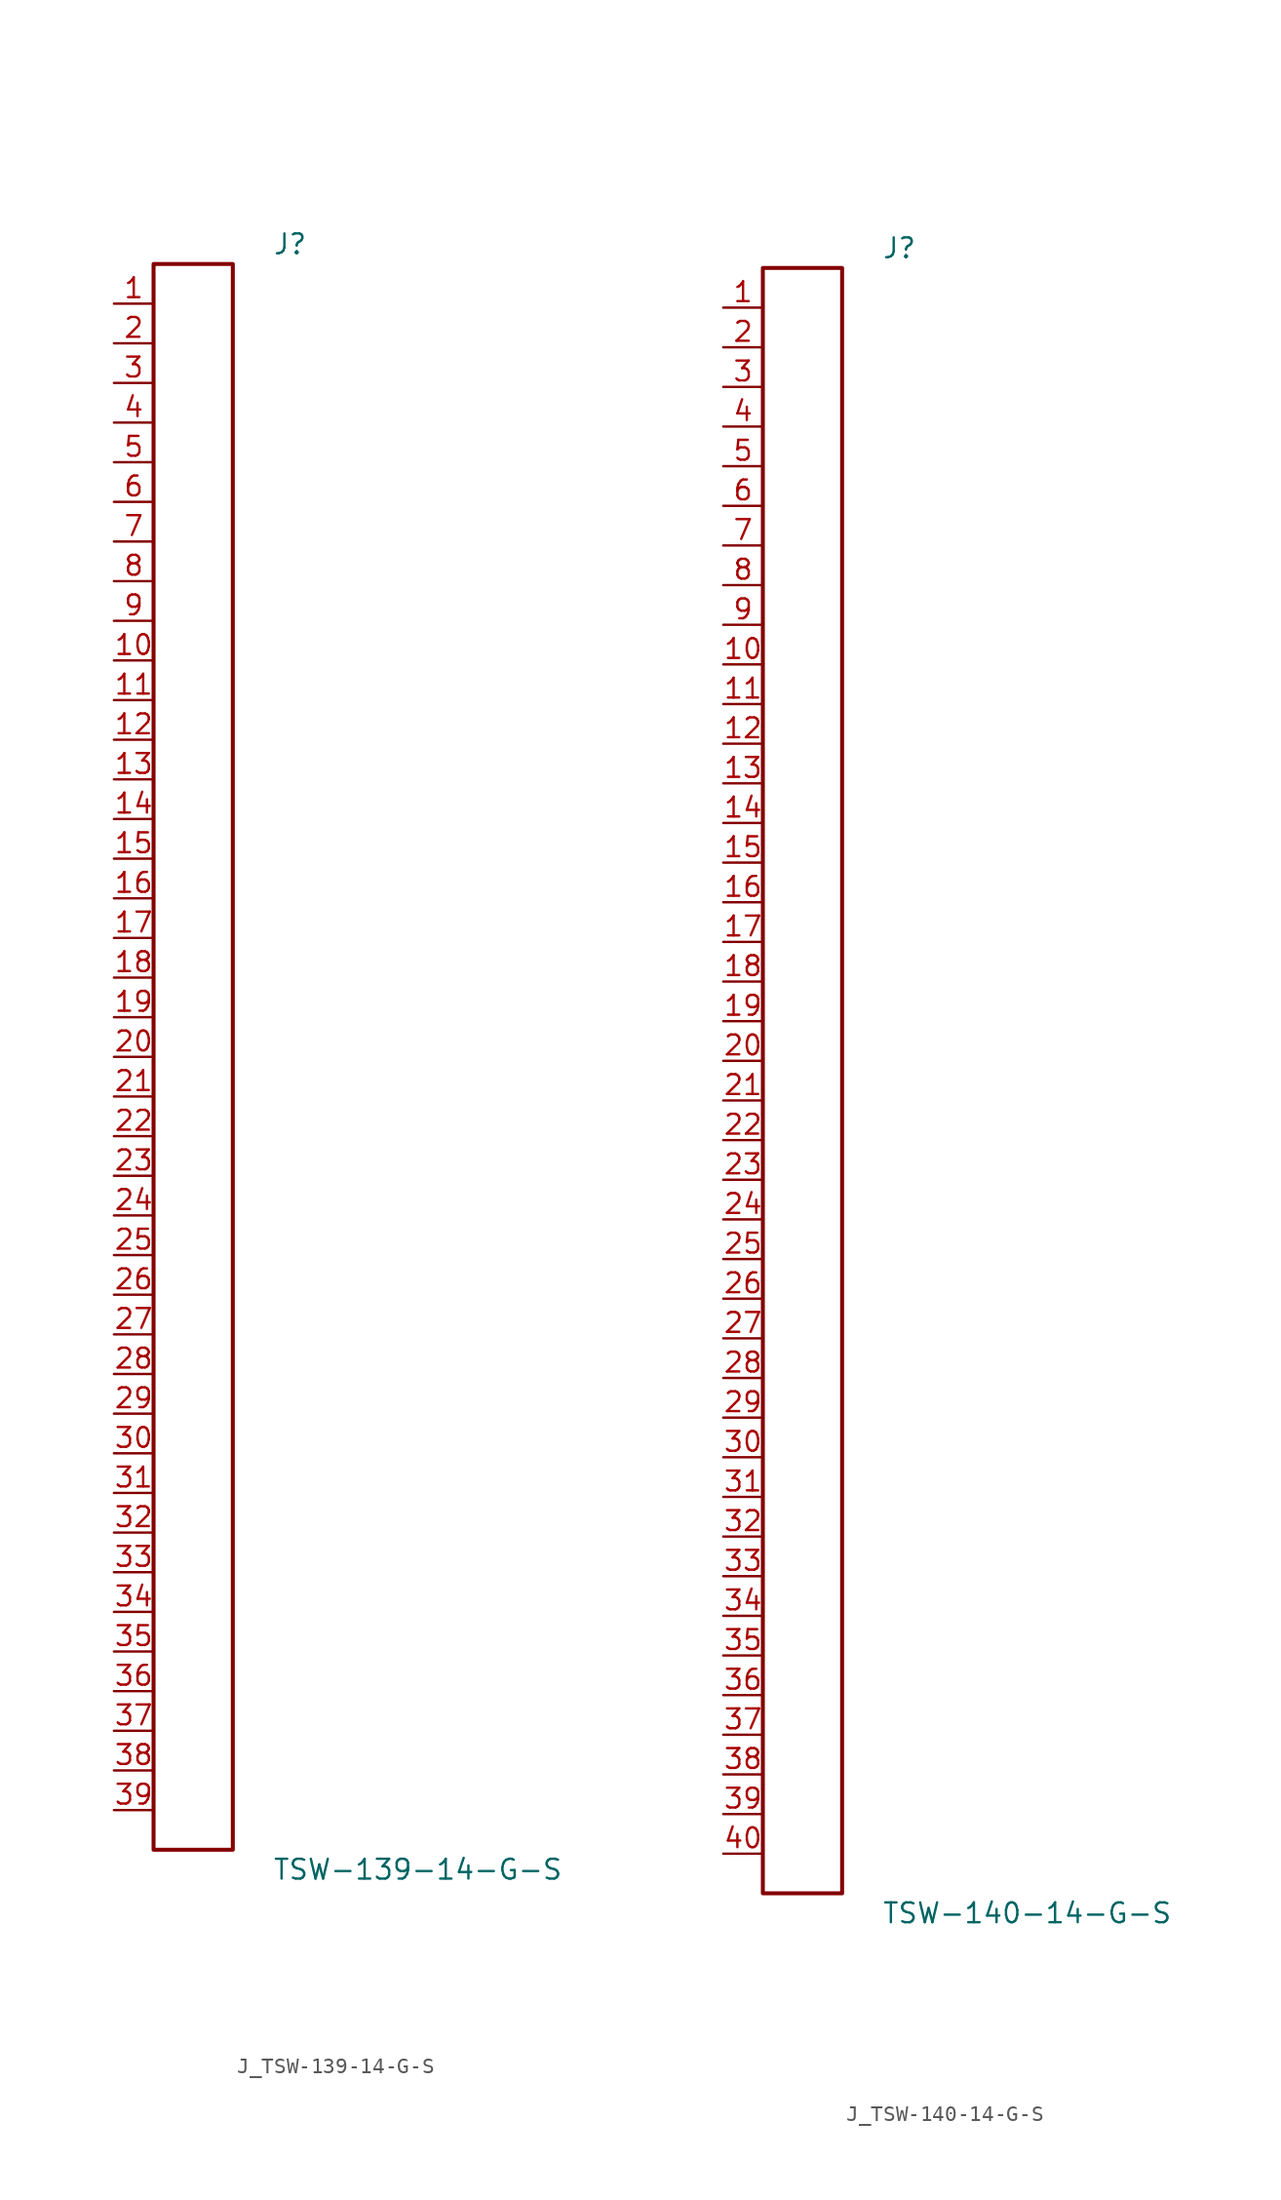
<source format=kicad_sym>
(kicad_symbol_lib
  (version 20231120)
  (generator kicad_symbol_editor)
  (generator_version 8.0)
  (symbol "J_TSW-139-14-G-S"
    (pin_names
      (offset 0.254))
    (property "Reference" "J"
      (at 5.08 52.07 0)
      (effects (font (size 1.27 1.27)) (justify left)))
    (property "Value" "TSW-139-14-G-S"
      (at 5.08 -52.07 0)
      (effects (font (size 1.27 1.27)) (justify left)))
    (symbol "J_TSW-139-14-G-S_0_0"
      (pin passive line (at -5.08 48.26 0) (length 2.54) (name "" (effects (font (size 1.27 1.27)))) (number "1" (effects (font (size 1.27 1.27)))))
      (pin passive line (at -5.08 45.72 0) (length 2.54) (name "" (effects (font (size 1.27 1.27)))) (number "2" (effects (font (size 1.27 1.27)))))
      (pin passive line (at -5.08 43.18 0) (length 2.54) (name "" (effects (font (size 1.27 1.27)))) (number "3" (effects (font (size 1.27 1.27)))))
      (pin passive line (at -5.08 40.64 0) (length 2.54) (name "" (effects (font (size 1.27 1.27)))) (number "4" (effects (font (size 1.27 1.27)))))
      (pin passive line (at -5.08 38.1 0) (length 2.54) (name "" (effects (font (size 1.27 1.27)))) (number "5" (effects (font (size 1.27 1.27)))))
      (pin passive line (at -5.08 35.56 0) (length 2.54) (name "" (effects (font (size 1.27 1.27)))) (number "6" (effects (font (size 1.27 1.27)))))
      (pin passive line (at -5.08 33.02 0) (length 2.54) (name "" (effects (font (size 1.27 1.27)))) (number "7" (effects (font (size 1.27 1.27)))))
      (pin passive line (at -5.08 30.48 0) (length 2.54) (name "" (effects (font (size 1.27 1.27)))) (number "8" (effects (font (size 1.27 1.27)))))
      (pin passive line (at -5.08 27.94 0) (length 2.54) (name "" (effects (font (size 1.27 1.27)))) (number "9" (effects (font (size 1.27 1.27)))))
      (pin passive line (at -5.08 25.4 0) (length 2.54) (name "" (effects (font (size 1.27 1.27)))) (number "10" (effects (font (size 1.27 1.27)))))
      (pin passive line (at -5.08 22.86 0) (length 2.54) (name "" (effects (font (size 1.27 1.27)))) (number "11" (effects (font (size 1.27 1.27)))))
      (pin passive line (at -5.08 20.32 0) (length 2.54) (name "" (effects (font (size 1.27 1.27)))) (number "12" (effects (font (size 1.27 1.27)))))
      (pin passive line (at -5.08 17.78 0) (length 2.54) (name "" (effects (font (size 1.27 1.27)))) (number "13" (effects (font (size 1.27 1.27)))))
      (pin passive line (at -5.08 15.24 0) (length 2.54) (name "" (effects (font (size 1.27 1.27)))) (number "14" (effects (font (size 1.27 1.27)))))
      (pin passive line (at -5.08 12.7 0) (length 2.54) (name "" (effects (font (size 1.27 1.27)))) (number "15" (effects (font (size 1.27 1.27)))))
      (pin passive line (at -5.08 10.16 0) (length 2.54) (name "" (effects (font (size 1.27 1.27)))) (number "16" (effects (font (size 1.27 1.27)))))
      (pin passive line (at -5.08 7.62 0) (length 2.54) (name "" (effects (font (size 1.27 1.27)))) (number "17" (effects (font (size 1.27 1.27)))))
      (pin passive line (at -5.08 5.08 0) (length 2.54) (name "" (effects (font (size 1.27 1.27)))) (number "18" (effects (font (size 1.27 1.27)))))
      (pin passive line (at -5.08 2.54 0) (length 2.54) (name "" (effects (font (size 1.27 1.27)))) (number "19" (effects (font (size 1.27 1.27)))))
      (pin passive line (at -5.08 0.0 0) (length 2.54) (name "" (effects (font (size 1.27 1.27)))) (number "20" (effects (font (size 1.27 1.27)))))
      (pin passive line (at -5.08 -2.54 0) (length 2.54) (name "" (effects (font (size 1.27 1.27)))) (number "21" (effects (font (size 1.27 1.27)))))
      (pin passive line (at -5.08 -5.08 0) (length 2.54) (name "" (effects (font (size 1.27 1.27)))) (number "22" (effects (font (size 1.27 1.27)))))
      (pin passive line (at -5.08 -7.62 0) (length 2.54) (name "" (effects (font (size 1.27 1.27)))) (number "23" (effects (font (size 1.27 1.27)))))
      (pin passive line (at -5.08 -10.16 0) (length 2.54) (name "" (effects (font (size 1.27 1.27)))) (number "24" (effects (font (size 1.27 1.27)))))
      (pin passive line (at -5.08 -12.7 0) (length 2.54) (name "" (effects (font (size 1.27 1.27)))) (number "25" (effects (font (size 1.27 1.27)))))
      (pin passive line (at -5.08 -15.24 0) (length 2.54) (name "" (effects (font (size 1.27 1.27)))) (number "26" (effects (font (size 1.27 1.27)))))
      (pin passive line (at -5.08 -17.78 0) (length 2.54) (name "" (effects (font (size 1.27 1.27)))) (number "27" (effects (font (size 1.27 1.27)))))
      (pin passive line (at -5.08 -20.32 0) (length 2.54) (name "" (effects (font (size 1.27 1.27)))) (number "28" (effects (font (size 1.27 1.27)))))
      (pin passive line (at -5.08 -22.86 0) (length 2.54) (name "" (effects (font (size 1.27 1.27)))) (number "29" (effects (font (size 1.27 1.27)))))
      (pin passive line (at -5.08 -25.4 0) (length 2.54) (name "" (effects (font (size 1.27 1.27)))) (number "30" (effects (font (size 1.27 1.27)))))
      (pin passive line (at -5.08 -27.94 0) (length 2.54) (name "" (effects (font (size 1.27 1.27)))) (number "31" (effects (font (size 1.27 1.27)))))
      (pin passive line (at -5.08 -30.48 0) (length 2.54) (name "" (effects (font (size 1.27 1.27)))) (number "32" (effects (font (size 1.27 1.27)))))
      (pin passive line (at -5.08 -33.02 0) (length 2.54) (name "" (effects (font (size 1.27 1.27)))) (number "33" (effects (font (size 1.27 1.27)))))
      (pin passive line (at -5.08 -35.56 0) (length 2.54) (name "" (effects (font (size 1.27 1.27)))) (number "34" (effects (font (size 1.27 1.27)))))
      (pin passive line (at -5.08 -38.1 0) (length 2.54) (name "" (effects (font (size 1.27 1.27)))) (number "35" (effects (font (size 1.27 1.27)))))
      (pin passive line (at -5.08 -40.64 0) (length 2.54) (name "" (effects (font (size 1.27 1.27)))) (number "36" (effects (font (size 1.27 1.27)))))
      (pin passive line (at -5.08 -43.18 0) (length 2.54) (name "" (effects (font (size 1.27 1.27)))) (number "37" (effects (font (size 1.27 1.27)))))
      (pin passive line (at -5.08 -45.72 0) (length 2.54) (name "" (effects (font (size 1.27 1.27)))) (number "38" (effects (font (size 1.27 1.27)))))
      (pin passive line (at -5.08 -48.26 0) (length 2.54) (name "" (effects (font (size 1.27 1.27)))) (number "39" (effects (font (size 1.27 1.27))))))
    (symbol "J_TSW-139-14-G-S_1_0"
      (rectangle (start -2.54 50.8) (end 2.54 -50.8) (stroke (width 0.254) (type solid)) (fill (type none)))))
  (symbol "J_TSW-140-14-G-S"
    (pin_names
      (offset 0.254))
    (property "Reference" "J"
      (at 5.08 53.34 0)
      (effects (font (size 1.27 1.27)) (justify left)))
    (property "Value" "TSW-140-14-G-S"
      (at 5.08 -53.34 0)
      (effects (font (size 1.27 1.27)) (justify left)))
    (symbol "J_TSW-140-14-G-S_0_0"
      (pin passive line (at -5.08 49.53 0) (length 2.54) (name "" (effects (font (size 1.27 1.27)))) (number "1" (effects (font (size 1.27 1.27)))))
      (pin passive line (at -5.08 46.99 0) (length 2.54) (name "" (effects (font (size 1.27 1.27)))) (number "2" (effects (font (size 1.27 1.27)))))
      (pin passive line (at -5.08 44.45 0) (length 2.54) (name "" (effects (font (size 1.27 1.27)))) (number "3" (effects (font (size 1.27 1.27)))))
      (pin passive line (at -5.08 41.91 0) (length 2.54) (name "" (effects (font (size 1.27 1.27)))) (number "4" (effects (font (size 1.27 1.27)))))
      (pin passive line (at -5.08 39.37 0) (length 2.54) (name "" (effects (font (size 1.27 1.27)))) (number "5" (effects (font (size 1.27 1.27)))))
      (pin passive line (at -5.08 36.83 0) (length 2.54) (name "" (effects (font (size 1.27 1.27)))) (number "6" (effects (font (size 1.27 1.27)))))
      (pin passive line (at -5.08 34.29 0) (length 2.54) (name "" (effects (font (size 1.27 1.27)))) (number "7" (effects (font (size 1.27 1.27)))))
      (pin passive line (at -5.08 31.75 0) (length 2.54) (name "" (effects (font (size 1.27 1.27)))) (number "8" (effects (font (size 1.27 1.27)))))
      (pin passive line (at -5.08 29.21 0) (length 2.54) (name "" (effects (font (size 1.27 1.27)))) (number "9" (effects (font (size 1.27 1.27)))))
      (pin passive line (at -5.08 26.67 0) (length 2.54) (name "" (effects (font (size 1.27 1.27)))) (number "10" (effects (font (size 1.27 1.27)))))
      (pin passive line (at -5.08 24.13 0) (length 2.54) (name "" (effects (font (size 1.27 1.27)))) (number "11" (effects (font (size 1.27 1.27)))))
      (pin passive line (at -5.08 21.59 0) (length 2.54) (name "" (effects (font (size 1.27 1.27)))) (number "12" (effects (font (size 1.27 1.27)))))
      (pin passive line (at -5.08 19.05 0) (length 2.54) (name "" (effects (font (size 1.27 1.27)))) (number "13" (effects (font (size 1.27 1.27)))))
      (pin passive line (at -5.08 16.51 0) (length 2.54) (name "" (effects (font (size 1.27 1.27)))) (number "14" (effects (font (size 1.27 1.27)))))
      (pin passive line (at -5.08 13.97 0) (length 2.54) (name "" (effects (font (size 1.27 1.27)))) (number "15" (effects (font (size 1.27 1.27)))))
      (pin passive line (at -5.08 11.43 0) (length 2.54) (name "" (effects (font (size 1.27 1.27)))) (number "16" (effects (font (size 1.27 1.27)))))
      (pin passive line (at -5.08 8.89 0) (length 2.54) (name "" (effects (font (size 1.27 1.27)))) (number "17" (effects (font (size 1.27 1.27)))))
      (pin passive line (at -5.08 6.35 0) (length 2.54) (name "" (effects (font (size 1.27 1.27)))) (number "18" (effects (font (size 1.27 1.27)))))
      (pin passive line (at -5.08 3.81 0) (length 2.54) (name "" (effects (font (size 1.27 1.27)))) (number "19" (effects (font (size 1.27 1.27)))))
      (pin passive line (at -5.08 1.27 0) (length 2.54) (name "" (effects (font (size 1.27 1.27)))) (number "20" (effects (font (size 1.27 1.27)))))
      (pin passive line (at -5.08 -1.27 0) (length 2.54) (name "" (effects (font (size 1.27 1.27)))) (number "21" (effects (font (size 1.27 1.27)))))
      (pin passive line (at -5.08 -3.81 0) (length 2.54) (name "" (effects (font (size 1.27 1.27)))) (number "22" (effects (font (size 1.27 1.27)))))
      (pin passive line (at -5.08 -6.35 0) (length 2.54) (name "" (effects (font (size 1.27 1.27)))) (number "23" (effects (font (size 1.27 1.27)))))
      (pin passive line (at -5.08 -8.89 0) (length 2.54) (name "" (effects (font (size 1.27 1.27)))) (number "24" (effects (font (size 1.27 1.27)))))
      (pin passive line (at -5.08 -11.43 0) (length 2.54) (name "" (effects (font (size 1.27 1.27)))) (number "25" (effects (font (size 1.27 1.27)))))
      (pin passive line (at -5.08 -13.97 0) (length 2.54) (name "" (effects (font (size 1.27 1.27)))) (number "26" (effects (font (size 1.27 1.27)))))
      (pin passive line (at -5.08 -16.51 0) (length 2.54) (name "" (effects (font (size 1.27 1.27)))) (number "27" (effects (font (size 1.27 1.27)))))
      (pin passive line (at -5.08 -19.05 0) (length 2.54) (name "" (effects (font (size 1.27 1.27)))) (number "28" (effects (font (size 1.27 1.27)))))
      (pin passive line (at -5.08 -21.59 0) (length 2.54) (name "" (effects (font (size 1.27 1.27)))) (number "29" (effects (font (size 1.27 1.27)))))
      (pin passive line (at -5.08 -24.13 0) (length 2.54) (name "" (effects (font (size 1.27 1.27)))) (number "30" (effects (font (size 1.27 1.27)))))
      (pin passive line (at -5.08 -26.67 0) (length 2.54) (name "" (effects (font (size 1.27 1.27)))) (number "31" (effects (font (size 1.27 1.27)))))
      (pin passive line (at -5.08 -29.21 0) (length 2.54) (name "" (effects (font (size 1.27 1.27)))) (number "32" (effects (font (size 1.27 1.27)))))
      (pin passive line (at -5.08 -31.75 0) (length 2.54) (name "" (effects (font (size 1.27 1.27)))) (number "33" (effects (font (size 1.27 1.27)))))
      (pin passive line (at -5.08 -34.29 0) (length 2.54) (name "" (effects (font (size 1.27 1.27)))) (number "34" (effects (font (size 1.27 1.27)))))
      (pin passive line (at -5.08 -36.83 0) (length 2.54) (name "" (effects (font (size 1.27 1.27)))) (number "35" (effects (font (size 1.27 1.27)))))
      (pin passive line (at -5.08 -39.37 0) (length 2.54) (name "" (effects (font (size 1.27 1.27)))) (number "36" (effects (font (size 1.27 1.27)))))
      (pin passive line (at -5.08 -41.91 0) (length 2.54) (name "" (effects (font (size 1.27 1.27)))) (number "37" (effects (font (size 1.27 1.27)))))
      (pin passive line (at -5.08 -44.45 0) (length 2.54) (name "" (effects (font (size 1.27 1.27)))) (number "38" (effects (font (size 1.27 1.27)))))
      (pin passive line (at -5.08 -46.99 0) (length 2.54) (name "" (effects (font (size 1.27 1.27)))) (number "39" (effects (font (size 1.27 1.27)))))
      (pin passive line (at -5.08 -49.53 0) (length 2.54) (name "" (effects (font (size 1.27 1.27)))) (number "40" (effects (font (size 1.27 1.27))))))
    (symbol "J_TSW-140-14-G-S_1_0"
      (rectangle (start -2.54 52.07) (end 2.54 -52.07) (stroke (width 0.254) (type solid)) (fill (type none))))))
</source>
